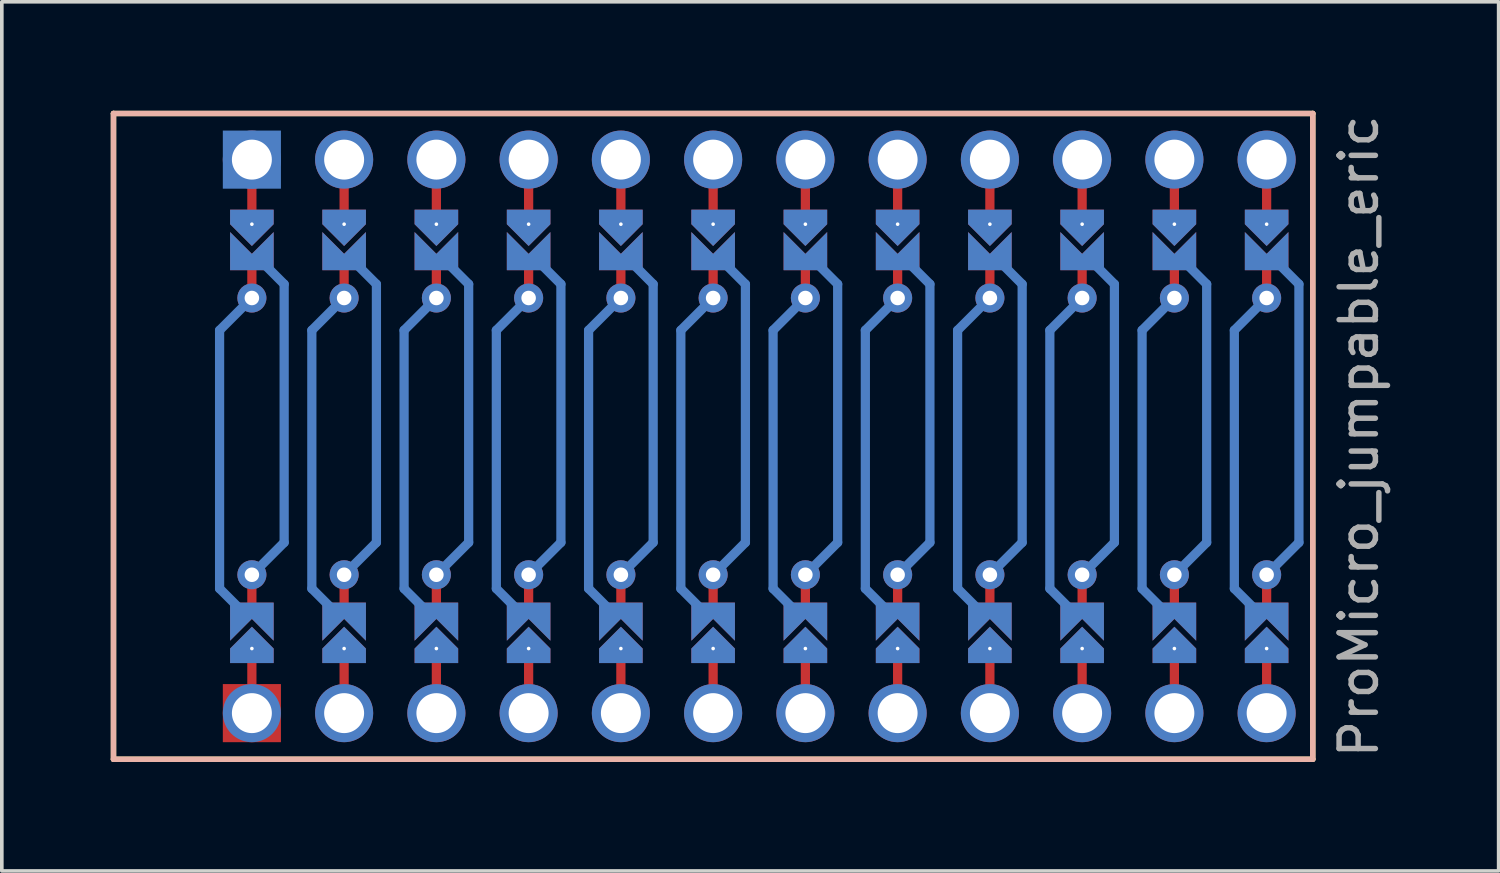
<source format=kicad_pcb>
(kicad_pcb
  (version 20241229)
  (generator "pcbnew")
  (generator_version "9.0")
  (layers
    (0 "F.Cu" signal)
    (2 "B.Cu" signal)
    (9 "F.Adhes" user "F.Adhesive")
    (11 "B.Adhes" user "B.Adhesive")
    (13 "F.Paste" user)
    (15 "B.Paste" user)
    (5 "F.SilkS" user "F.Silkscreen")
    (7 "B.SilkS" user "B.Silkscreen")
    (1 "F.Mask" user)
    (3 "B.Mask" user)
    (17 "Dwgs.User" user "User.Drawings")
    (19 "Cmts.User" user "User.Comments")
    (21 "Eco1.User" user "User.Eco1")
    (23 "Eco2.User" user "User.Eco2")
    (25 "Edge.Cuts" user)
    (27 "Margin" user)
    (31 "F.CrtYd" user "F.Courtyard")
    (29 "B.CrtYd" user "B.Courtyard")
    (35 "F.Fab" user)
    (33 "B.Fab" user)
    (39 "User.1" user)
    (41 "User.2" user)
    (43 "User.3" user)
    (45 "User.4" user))
  (footprint "ProMicro_jumpable_eric"
    (layer "F.Cu")
    (at 17.855 8.965)
    (property "Reference" "ProMicro_jumpable_eric" (at 16.51 0 90) (layer "F.Fab") (effects (font (size 1 1) (thickness 0.15))))
    (attr through_hole)
    (fp_line (start -13.97 -7.62) (end -13.97 -5.842) (stroke (width 0.254) (type default)) (layer "F.Cu"))
    (fp_line (start -13.97 -3.81) (end -13.97 -4.826) (stroke (width 0.254) (type default)) (layer "F.Cu"))
    (fp_line (start -13.97 3.81) (end -13.97 4.826) (stroke (width 0.254) (type default)) (layer "F.Cu"))
    (fp_line (start -13.97 7.62) (end -13.97 5.842) (stroke (width 0.254) (type default)) (layer "F.Cu"))
    (fp_line (start -11.43 -7.62) (end -11.43 -5.842) (stroke (width 0.254) (type default)) (layer "F.Cu"))
    (fp_line (start -11.43 -3.81) (end -11.43 -4.826) (stroke (width 0.254) (type default)) (layer "F.Cu"))
    (fp_line (start -11.43 3.81) (end -11.43 4.826) (stroke (width 0.254) (type default)) (layer "F.Cu"))
    (fp_line (start -11.43 7.62) (end -11.43 5.842) (stroke (width 0.254) (type default)) (layer "F.Cu"))
    (fp_line (start -8.89 -7.62) (end -8.89 -5.842) (stroke (width 0.254) (type default)) (layer "F.Cu"))
    (fp_line (start -8.89 -3.81) (end -8.89 -4.826) (stroke (width 0.254) (type default)) (layer "F.Cu"))
    (fp_line (start -8.89 3.81) (end -8.89 4.826) (stroke (width 0.254) (type default)) (layer "F.Cu"))
    (fp_line (start -8.89 7.62) (end -8.89 5.842) (stroke (width 0.254) (type default)) (layer "F.Cu"))
    (fp_line (start -6.35 -7.62) (end -6.35 -5.842) (stroke (width 0.254) (type default)) (layer "F.Cu"))
    (fp_line (start -6.35 -3.81) (end -6.35 -4.826) (stroke (width 0.254) (type default)) (layer "F.Cu"))
    (fp_line (start -6.35 3.81) (end -6.35 4.826) (stroke (width 0.254) (type default)) (layer "F.Cu"))
    (fp_line (start -6.35 7.62) (end -6.35 5.842) (stroke (width 0.254) (type default)) (layer "F.Cu"))
    (fp_line (start -3.81 -7.62) (end -3.81 -5.842) (stroke (width 0.254) (type default)) (layer "F.Cu"))
    (fp_line (start -3.81 -3.81) (end -3.81 -4.826) (stroke (width 0.254) (type default)) (layer "F.Cu"))
    (fp_line (start -3.81 3.81) (end -3.81 4.826) (stroke (width 0.254) (type default)) (layer "F.Cu"))
    (fp_line (start -3.81 7.62) (end -3.81 5.842) (stroke (width 0.254) (type default)) (layer "F.Cu"))
    (fp_line (start -1.27 -7.62) (end -1.27 -5.842) (stroke (width 0.254) (type default)) (layer "F.Cu"))
    (fp_line (start -1.27 -3.81) (end -1.27 -4.826) (stroke (width 0.254) (type default)) (layer "F.Cu"))
    (fp_line (start -1.27 3.81) (end -1.27 4.826) (stroke (width 0.254) (type default)) (layer "F.Cu"))
    (fp_line (start -1.27 7.62) (end -1.27 5.842) (stroke (width 0.254) (type default)) (layer "F.Cu"))
    (fp_line (start 1.27 -7.62) (end 1.27 -5.842) (stroke (width 0.254) (type default)) (layer "F.Cu"))
    (fp_line (start 1.27 -3.81) (end 1.27 -4.826) (stroke (width 0.254) (type default)) (layer "F.Cu"))
    (fp_line (start 1.27 3.81) (end 1.27 4.826) (stroke (width 0.254) (type default)) (layer "F.Cu"))
    (fp_line (start 1.27 7.62) (end 1.27 5.842) (stroke (width 0.254) (type default)) (layer "F.Cu"))
    (fp_line (start 3.81 -7.62) (end 3.81 -5.842) (stroke (width 0.254) (type default)) (layer "F.Cu"))
    (fp_line (start 3.81 -3.81) (end 3.81 -4.826) (stroke (width 0.254) (type default)) (layer "F.Cu"))
    (fp_line (start 3.81 3.81) (end 3.81 4.826) (stroke (width 0.254) (type default)) (layer "F.Cu"))
    (fp_line (start 3.81 7.62) (end 3.81 5.842) (stroke (width 0.254) (type default)) (layer "F.Cu"))
    (fp_line (start 6.35 -7.62) (end 6.35 -5.842) (stroke (width 0.254) (type default)) (layer "F.Cu"))
    (fp_line (start 6.35 -3.81) (end 6.35 -4.826) (stroke (width 0.254) (type default)) (layer "F.Cu"))
    (fp_line (start 6.35 3.81) (end 6.35 4.826) (stroke (width 0.254) (type default)) (layer "F.Cu"))
    (fp_line (start 6.35 7.62) (end 6.35 5.842) (stroke (width 0.254) (type default)) (layer "F.Cu"))
    (fp_line (start 8.89 -7.62) (end 8.89 -5.842) (stroke (width 0.254) (type default)) (layer "F.Cu"))
    (fp_line (start 8.89 -3.81) (end 8.89 -4.826) (stroke (width 0.254) (type default)) (layer "F.Cu"))
    (fp_line (start 8.89 3.81) (end 8.89 4.826) (stroke (width 0.254) (type default)) (layer "F.Cu"))
    (fp_line (start 8.89 7.62) (end 8.89 5.842) (stroke (width 0.254) (type default)) (layer "F.Cu"))
    (fp_line (start 11.43 -7.62) (end 11.43 -5.842) (stroke (width 0.254) (type default)) (layer "F.Cu"))
    (fp_line (start 11.43 -3.81) (end 11.43 -4.826) (stroke (width 0.254) (type default)) (layer "F.Cu"))
    (fp_line (start 11.43 3.81) (end 11.43 4.826) (stroke (width 0.254) (type default)) (layer "F.Cu"))
    (fp_line (start 11.43 7.62) (end 11.43 5.842) (stroke (width 0.254) (type default)) (layer "F.Cu"))
    (fp_line (start 13.97 -7.62) (end 13.97 -5.842) (stroke (width 0.254) (type default)) (layer "F.Cu"))
    (fp_line (start 13.97 -3.81) (end 13.97 -4.826) (stroke (width 0.254) (type default)) (layer "F.Cu"))
    (fp_line (start 13.97 3.81) (end 13.97 4.826) (stroke (width 0.254) (type default)) (layer "F.Cu"))
    (fp_line (start 13.97 7.62) (end 13.97 5.842) (stroke (width 0.254) (type default)) (layer "F.Cu"))
    (fp_poly (pts (xy -14.478 5.08) (xy -13.462 5.08) (xy -13.462 6.096) (xy -14.478 6.096)) (stroke (width 0.2) (type solid)) (fill yes) (layer "F.Mask"))
    (fp_poly (pts (xy -13.462 -5.08) (xy -14.478 -5.08) (xy -14.478 -6.096) (xy -13.462 -6.096)) (stroke (width 0.2) (type solid)) (fill yes) (layer "F.Mask"))
    (fp_poly (pts (xy -11.938 5.08) (xy -10.922 5.08) (xy -10.922 6.096) (xy -11.938 6.096)) (stroke (width 0.2) (type solid)) (fill yes) (layer "F.Mask"))
    (fp_poly (pts (xy -10.922 -5.08) (xy -11.938 -5.08) (xy -11.938 -6.096) (xy -10.922 -6.096)) (stroke (width 0.2) (type solid)) (fill yes) (layer "F.Mask"))
    (fp_poly (pts (xy -9.398 5.08) (xy -8.382 5.08) (xy -8.382 6.096) (xy -9.398 6.096)) (stroke (width 0.2) (type solid)) (fill yes) (layer "F.Mask"))
    (fp_poly (pts (xy -8.382 -5.08) (xy -9.398 -5.08) (xy -9.398 -6.096) (xy -8.382 -6.096)) (stroke (width 0.2) (type solid)) (fill yes) (layer "F.Mask"))
    (fp_poly (pts (xy -6.858 5.08) (xy -5.842 5.08) (xy -5.842 6.096) (xy -6.858 6.096)) (stroke (width 0.2) (type solid)) (fill yes) (layer "F.Mask"))
    (fp_poly (pts (xy -5.842 -5.08) (xy -6.858 -5.08) (xy -6.858 -6.096) (xy -5.842 -6.096)) (stroke (width 0.2) (type solid)) (fill yes) (layer "F.Mask"))
    (fp_poly (pts (xy -4.318 5.08) (xy -3.302 5.08) (xy -3.302 6.096) (xy -4.318 6.096)) (stroke (width 0.2) (type solid)) (fill yes) (layer "F.Mask"))
    (fp_poly (pts (xy -3.302 -5.08) (xy -4.318 -5.08) (xy -4.318 -6.096) (xy -3.302 -6.096)) (stroke (width 0.2) (type solid)) (fill yes) (layer "F.Mask"))
    (fp_poly (pts (xy -1.778 5.08) (xy -0.762 5.08) (xy -0.762 6.096) (xy -1.778 6.096)) (stroke (width 0.2) (type solid)) (fill yes) (layer "F.Mask"))
    (fp_poly (pts (xy -0.762 -5.08) (xy -1.778 -5.08) (xy -1.778 -6.096) (xy -0.762 -6.096)) (stroke (width 0.2) (type solid)) (fill yes) (layer "F.Mask"))
    (fp_poly (pts (xy 0.762 5.08) (xy 1.778 5.08) (xy 1.778 6.096) (xy 0.762 6.096)) (stroke (width 0.2) (type solid)) (fill yes) (layer "F.Mask"))
    (fp_poly (pts (xy 1.778 -5.08) (xy 0.762 -5.08) (xy 0.762 -6.096) (xy 1.778 -6.096)) (stroke (width 0.2) (type solid)) (fill yes) (layer "F.Mask"))
    (fp_poly (pts (xy 3.302 5.08) (xy 4.318 5.08) (xy 4.318 6.096) (xy 3.302 6.096)) (stroke (width 0.2) (type solid)) (fill yes) (layer "F.Mask"))
    (fp_poly (pts (xy 4.318 -5.08) (xy 3.302 -5.08) (xy 3.302 -6.096) (xy 4.318 -6.096)) (stroke (width 0.2) (type solid)) (fill yes) (layer "F.Mask"))
    (fp_poly (pts (xy 5.842 5.08) (xy 6.858 5.08) (xy 6.858 6.096) (xy 5.842 6.096)) (stroke (width 0.2) (type solid)) (fill yes) (layer "F.Mask"))
    (fp_poly (pts (xy 6.858 -5.08) (xy 5.842 -5.08) (xy 5.842 -6.096) (xy 6.858 -6.096)) (stroke (width 0.2) (type solid)) (fill yes) (layer "F.Mask"))
    (fp_poly (pts (xy 8.382 5.08) (xy 9.398 5.08) (xy 9.398 6.096) (xy 8.382 6.096)) (stroke (width 0.2) (type solid)) (fill yes) (layer "F.Mask"))
    (fp_poly (pts (xy 9.398 -5.08) (xy 8.382 -5.08) (xy 8.382 -6.096) (xy 9.398 -6.096)) (stroke (width 0.2) (type solid)) (fill yes) (layer "F.Mask"))
    (fp_poly (pts (xy 10.922 5.08) (xy 11.938 5.08) (xy 11.938 6.096) (xy 10.922 6.096)) (stroke (width 0.2) (type solid)) (fill yes) (layer "F.Mask"))
    (fp_poly (pts (xy 11.938 -5.08) (xy 10.922 -5.08) (xy 10.922 -6.096) (xy 11.938 -6.096)) (stroke (width 0.2) (type solid)) (fill yes) (layer "F.Mask"))
    (fp_poly (pts (xy 13.462 5.08) (xy 14.478 5.08) (xy 14.478 6.096) (xy 13.462 6.096)) (stroke (width 0.2) (type solid)) (fill yes) (layer "F.Mask"))
    (fp_poly (pts (xy 14.478 -5.08) (xy 13.462 -5.08) (xy 13.462 -6.096) (xy 14.478 -6.096)) (stroke (width 0.2) (type solid)) (fill yes) (layer "F.Mask"))
    (fp_line (start -14.859 -2.921) (end -14.859 4.191) (stroke (width 0.254) (type default)) (layer "B.Cu"))
    (fp_line (start -14.859 -2.921) (end -13.97 -3.81) (stroke (width 0.254) (type default)) (layer "B.Cu"))
    (fp_line (start -14.859 4.191) (end -14.17 4.88) (stroke (width 0.254) (type default)) (layer "B.Cu"))
    (fp_line (start -13.081 -4.191) (end -13.77 -4.88) (stroke (width 0.254) (type default)) (layer "B.Cu"))
    (fp_line (start -13.081 2.921) (end -13.97 3.81) (stroke (width 0.254) (type default)) (layer "B.Cu"))
    (fp_line (start -13.081 2.921) (end -13.081 -4.191) (stroke (width 0.254) (type default)) (layer "B.Cu"))
    (fp_line (start -12.319 -2.921) (end -12.319 4.191) (stroke (width 0.254) (type default)) (layer "B.Cu"))
    (fp_line (start -12.319 -2.921) (end -11.43 -3.81) (stroke (width 0.254) (type default)) (layer "B.Cu"))
    (fp_line (start -12.319 4.191) (end -11.63 4.88) (stroke (width 0.254) (type default)) (layer "B.Cu"))
    (fp_line (start -10.541 -4.191) (end -11.23 -4.88) (stroke (width 0.254) (type default)) (layer "B.Cu"))
    (fp_line (start -10.541 2.921) (end -11.43 3.81) (stroke (width 0.254) (type default)) (layer "B.Cu"))
    (fp_line (start -10.541 2.921) (end -10.541 -4.191) (stroke (width 0.254) (type default)) (layer "B.Cu"))
    (fp_line (start -9.779 -2.921) (end -9.779 4.191) (stroke (width 0.254) (type default)) (layer "B.Cu"))
    (fp_line (start -9.779 -2.921) (end -8.89 -3.81) (stroke (width 0.254) (type default)) (layer "B.Cu"))
    (fp_line (start -9.779 4.191) (end -9.09 4.88) (stroke (width 0.254) (type default)) (layer "B.Cu"))
    (fp_line (start -8.001 -4.191) (end -8.69 -4.88) (stroke (width 0.254) (type default)) (layer "B.Cu"))
    (fp_line (start -8.001 2.921) (end -8.89 3.81) (stroke (width 0.254) (type default)) (layer "B.Cu"))
    (fp_line (start -8.001 2.921) (end -8.001 -4.191) (stroke (width 0.254) (type default)) (layer "B.Cu"))
    (fp_line (start -7.239 -2.921) (end -7.239 4.191) (stroke (width 0.254) (type default)) (layer "B.Cu"))
    (fp_line (start -7.239 -2.921) (end -6.35 -3.81) (stroke (width 0.254) (type default)) (layer "B.Cu"))
    (fp_line (start -7.239 4.191) (end -6.55 4.88) (stroke (width 0.254) (type default)) (layer "B.Cu"))
    (fp_line (start -5.461 -4.191) (end -6.15 -4.88) (stroke (width 0.254) (type default)) (layer "B.Cu"))
    (fp_line (start -5.461 2.921) (end -6.35 3.81) (stroke (width 0.254) (type default)) (layer "B.Cu"))
    (fp_line (start -5.461 2.921) (end -5.461 -4.191) (stroke (width 0.254) (type default)) (layer "B.Cu"))
    (fp_line (start -4.699 -2.921) (end -4.699 4.191) (stroke (width 0.254) (type default)) (layer "B.Cu"))
    (fp_line (start -4.699 -2.921) (end -3.81 -3.81) (stroke (width 0.254) (type default)) (layer "B.Cu"))
    (fp_line (start -4.699 4.191) (end -4.01 4.88) (stroke (width 0.254) (type default)) (layer "B.Cu"))
    (fp_line (start -2.921 -4.191) (end -3.61 -4.88) (stroke (width 0.254) (type default)) (layer "B.Cu"))
    (fp_line (start -2.921 2.921) (end -3.81 3.81) (stroke (width 0.254) (type default)) (layer "B.Cu"))
    (fp_line (start -2.921 2.921) (end -2.921 -4.191) (stroke (width 0.254) (type default)) (layer "B.Cu"))
    (fp_line (start -2.159 -2.921) (end -2.159 4.191) (stroke (width 0.254) (type default)) (layer "B.Cu"))
    (fp_line (start -2.159 -2.921) (end -1.27 -3.81) (stroke (width 0.254) (type default)) (layer "B.Cu"))
    (fp_line (start -2.159 4.191) (end -1.47 4.88) (stroke (width 0.254) (type default)) (layer "B.Cu"))
    (fp_line (start -0.381 -4.191) (end -1.07 -4.88) (stroke (width 0.254) (type default)) (layer "B.Cu"))
    (fp_line (start -0.381 2.921) (end -1.27 3.81) (stroke (width 0.254) (type default)) (layer "B.Cu"))
    (fp_line (start -0.381 2.921) (end -0.381 -4.191) (stroke (width 0.254) (type default)) (layer "B.Cu"))
    (fp_line (start 0.381 -2.921) (end 0.381 4.191) (stroke (width 0.254) (type default)) (layer "B.Cu"))
    (fp_line (start 0.381 -2.921) (end 1.27 -3.81) (stroke (width 0.254) (type default)) (layer "B.Cu"))
    (fp_line (start 0.381 4.191) (end 1.07 4.88) (stroke (width 0.254) (type default)) (layer "B.Cu"))
    (fp_line (start 2.159 -4.191) (end 1.47 -4.88) (stroke (width 0.254) (type default)) (layer "B.Cu"))
    (fp_line (start 2.159 2.921) (end 1.27 3.81) (stroke (width 0.254) (type default)) (layer "B.Cu"))
    (fp_line (start 2.159 2.921) (end 2.159 -4.191) (stroke (width 0.254) (type default)) (layer "B.Cu"))
    (fp_line (start 2.921 -2.921) (end 2.921 4.191) (stroke (width 0.254) (type default)) (layer "B.Cu"))
    (fp_line (start 2.921 -2.921) (end 3.81 -3.81) (stroke (width 0.254) (type default)) (layer "B.Cu"))
    (fp_line (start 2.921 4.191) (end 3.61 4.88) (stroke (width 0.254) (type default)) (layer "B.Cu"))
    (fp_line (start 4.699 -4.191) (end 4.01 -4.88) (stroke (width 0.254) (type default)) (layer "B.Cu"))
    (fp_line (start 4.699 2.921) (end 3.81 3.81) (stroke (width 0.254) (type default)) (layer "B.Cu"))
    (fp_line (start 4.699 2.921) (end 4.699 -4.191) (stroke (width 0.254) (type default)) (layer "B.Cu"))
    (fp_line (start 5.461 -2.921) (end 5.461 4.191) (stroke (width 0.254) (type default)) (layer "B.Cu"))
    (fp_line (start 5.461 -2.921) (end 6.35 -3.81) (stroke (width 0.254) (type default)) (layer "B.Cu"))
    (fp_line (start 5.461 4.191) (end 6.15 4.88) (stroke (width 0.254) (type default)) (layer "B.Cu"))
    (fp_line (start 7.239 -4.191) (end 6.55 -4.88) (stroke (width 0.254) (type default)) (layer "B.Cu"))
    (fp_line (start 7.239 2.921) (end 6.35 3.81) (stroke (width 0.254) (type default)) (layer "B.Cu"))
    (fp_line (start 7.239 2.921) (end 7.239 -4.191) (stroke (width 0.254) (type default)) (layer "B.Cu"))
    (fp_line (start 8.001 -2.921) (end 8.001 4.191) (stroke (width 0.254) (type default)) (layer "B.Cu"))
    (fp_line (start 8.001 -2.921) (end 8.89 -3.81) (stroke (width 0.254) (type default)) (layer "B.Cu"))
    (fp_line (start 8.001 4.191) (end 8.69 4.88) (stroke (width 0.254) (type default)) (layer "B.Cu"))
    (fp_line (start 9.779 -4.191) (end 9.09 -4.88) (stroke (width 0.254) (type default)) (layer "B.Cu"))
    (fp_line (start 9.779 2.921) (end 8.89 3.81) (stroke (width 0.254) (type default)) (layer "B.Cu"))
    (fp_line (start 9.779 2.921) (end 9.779 -4.191) (stroke (width 0.254) (type default)) (layer "B.Cu"))
    (fp_line (start 10.541 -2.921) (end 10.541 4.191) (stroke (width 0.254) (type default)) (layer "B.Cu"))
    (fp_line (start 10.541 -2.921) (end 11.43 -3.81) (stroke (width 0.254) (type default)) (layer "B.Cu"))
    (fp_line (start 10.541 4.191) (end 11.23 4.88) (stroke (width 0.254) (type default)) (layer "B.Cu"))
    (fp_line (start 12.319 -4.191) (end 11.63 -4.88) (stroke (width 0.254) (type default)) (layer "B.Cu"))
    (fp_line (start 12.319 2.921) (end 11.43 3.81) (stroke (width 0.254) (type default)) (layer "B.Cu"))
    (fp_line (start 12.319 2.921) (end 12.319 -4.191) (stroke (width 0.254) (type default)) (layer "B.Cu"))
    (fp_line (start 13.081 -2.921) (end 13.081 4.191) (stroke (width 0.254) (type default)) (layer "B.Cu"))
    (fp_line (start 13.081 -2.921) (end 13.97 -3.81) (stroke (width 0.254) (type default)) (layer "B.Cu"))
    (fp_line (start 13.081 4.191) (end 13.77 4.88) (stroke (width 0.254) (type default)) (layer "B.Cu"))
    (fp_line (start 14.859 -4.191) (end 14.17 -4.88) (stroke (width 0.254) (type default)) (layer "B.Cu"))
    (fp_line (start 14.859 2.921) (end 13.97 3.81) (stroke (width 0.254) (type default)) (layer "B.Cu"))
    (fp_line (start 14.859 2.921) (end 14.859 -4.191) (stroke (width 0.254) (type default)) (layer "B.Cu"))
    (fp_poly (pts (xy -14.478 5.08) (xy -13.462 5.08) (xy -13.462 6.096) (xy -14.478 6.096)) (stroke (width 0.2) (type solid)) (fill yes) (layer "B.Mask"))
    (fp_poly (pts (xy -13.462 -5.08) (xy -14.478 -5.08) (xy -14.478 -6.096) (xy -13.462 -6.096)) (stroke (width 0.2) (type solid)) (fill yes) (layer "B.Mask"))
    (fp_poly (pts (xy -11.938 5.08) (xy -10.922 5.08) (xy -10.922 6.096) (xy -11.938 6.096)) (stroke (width 0.2) (type solid)) (fill yes) (layer "B.Mask"))
    (fp_poly (pts (xy -10.922 -5.08) (xy -11.938 -5.08) (xy -11.938 -6.096) (xy -10.922 -6.096)) (stroke (width 0.2) (type solid)) (fill yes) (layer "B.Mask"))
    (fp_poly (pts (xy -9.398 5.08) (xy -8.382 5.08) (xy -8.382 6.096) (xy -9.398 6.096)) (stroke (width 0.2) (type solid)) (fill yes) (layer "B.Mask"))
    (fp_poly (pts (xy -8.382 -5.08) (xy -9.398 -5.08) (xy -9.398 -6.096) (xy -8.382 -6.096)) (stroke (width 0.2) (type solid)) (fill yes) (layer "B.Mask"))
    (fp_poly (pts (xy -6.858 5.08) (xy -5.842 5.08) (xy -5.842 6.096) (xy -6.858 6.096)) (stroke (width 0.2) (type solid)) (fill yes) (layer "B.Mask"))
    (fp_poly (pts (xy -5.842 -5.08) (xy -6.858 -5.08) (xy -6.858 -6.096) (xy -5.842 -6.096)) (stroke (width 0.2) (type solid)) (fill yes) (layer "B.Mask"))
    (fp_poly (pts (xy -4.318 5.08) (xy -3.302 5.08) (xy -3.302 6.096) (xy -4.318 6.096)) (stroke (width 0.2) (type solid)) (fill yes) (layer "B.Mask"))
    (fp_poly (pts (xy -3.302 -5.08) (xy -4.318 -5.08) (xy -4.318 -6.096) (xy -3.302 -6.096)) (stroke (width 0.2) (type solid)) (fill yes) (layer "B.Mask"))
    (fp_poly (pts (xy -1.778 5.08) (xy -0.762 5.08) (xy -0.762 6.096) (xy -1.778 6.096)) (stroke (width 0.2) (type solid)) (fill yes) (layer "B.Mask"))
    (fp_poly (pts (xy -0.762 -5.08) (xy -1.778 -5.08) (xy -1.778 -6.096) (xy -0.762 -6.096)) (stroke (width 0.2) (type solid)) (fill yes) (layer "B.Mask"))
    (fp_poly (pts (xy 0.762 5.08) (xy 1.778 5.08) (xy 1.778 6.096) (xy 0.762 6.096)) (stroke (width 0.2) (type solid)) (fill yes) (layer "B.Mask"))
    (fp_poly (pts (xy 1.778 -5.08) (xy 0.762 -5.08) (xy 0.762 -6.096) (xy 1.778 -6.096)) (stroke (width 0.2) (type solid)) (fill yes) (layer "B.Mask"))
    (fp_poly (pts (xy 3.302 5.08) (xy 4.318 5.08) (xy 4.318 6.096) (xy 3.302 6.096)) (stroke (width 0.2) (type solid)) (fill yes) (layer "B.Mask"))
    (fp_poly (pts (xy 4.318 -5.08) (xy 3.302 -5.08) (xy 3.302 -6.096) (xy 4.318 -6.096)) (stroke (width 0.2) (type solid)) (fill yes) (layer "B.Mask"))
    (fp_poly (pts (xy 5.842 5.08) (xy 6.858 5.08) (xy 6.858 6.096) (xy 5.842 6.096)) (stroke (width 0.2) (type solid)) (fill yes) (layer "B.Mask"))
    (fp_poly (pts (xy 6.858 -5.08) (xy 5.842 -5.08) (xy 5.842 -6.096) (xy 6.858 -6.096)) (stroke (width 0.2) (type solid)) (fill yes) (layer "B.Mask"))
    (fp_poly (pts (xy 8.382 5.08) (xy 9.398 5.08) (xy 9.398 6.096) (xy 8.382 6.096)) (stroke (width 0.2) (type solid)) (fill yes) (layer "B.Mask"))
    (fp_poly (pts (xy 9.398 -5.08) (xy 8.382 -5.08) (xy 8.382 -6.096) (xy 9.398 -6.096)) (stroke (width 0.2) (type solid)) (fill yes) (layer "B.Mask"))
    (fp_poly (pts (xy 10.922 5.08) (xy 11.938 5.08) (xy 11.938 6.096) (xy 10.922 6.096)) (stroke (width 0.2) (type solid)) (fill yes) (layer "B.Mask"))
    (fp_poly (pts (xy 11.938 -5.08) (xy 10.922 -5.08) (xy 10.922 -6.096) (xy 11.938 -6.096)) (stroke (width 0.2) (type solid)) (fill yes) (layer "B.Mask"))
    (fp_poly (pts (xy 13.462 5.08) (xy 14.478 5.08) (xy 14.478 6.096) (xy 13.462 6.096)) (stroke (width 0.2) (type solid)) (fill yes) (layer "B.Mask"))
    (fp_poly (pts (xy 14.478 -5.08) (xy 13.462 -5.08) (xy 13.462 -6.096) (xy 14.478 -6.096)) (stroke (width 0.2) (type solid)) (fill yes) (layer "B.Mask"))
    (fp_line (start -17.78 -8.89) (end 15.24 -8.89) (stroke (width 0.15) (type solid)) (layer "F.SilkS"))
    (fp_line (start -17.78 8.89) (end -17.78 -8.89) (stroke (width 0.15) (type solid)) (layer "F.SilkS"))
    (fp_line (start -17.78 8.89) (end 15.24 8.89) (stroke (width 0.15) (type solid)) (layer "F.SilkS"))
    (fp_line (start 15.24 8.89) (end 15.24 -8.89) (stroke (width 0.15) (type solid)) (layer "F.SilkS"))
    (fp_line (start -17.78 -8.89) (end -17.78 8.89) (stroke (width 0.15) (type solid)) (layer "B.SilkS"))
    (fp_line (start -17.78 -8.89) (end 15.24 -8.89) (stroke (width 0.15) (type solid)) (layer "B.SilkS"))
    (fp_line (start -17.78 8.89) (end 15.24 8.89) (stroke (width 0.15) (type solid)) (layer "B.SilkS"))
    (fp_line (start 15.24 -8.89) (end 15.24 8.89) (stroke (width 0.15) (type solid)) (layer "B.SilkS"))
    (pad "" thru_hole circle (at -13.97 -7.62) (size 1.6 1.6) (drill 1.1) (layers "*.Cu" "*.Paste" "*.Mask"))
    (pad "" smd rect (at -13.97 -7.62) (size 1.6 1.6) (layers "B.Cu" "B.Mask" "B.Paste"))
    (pad "" thru_hole custom (at -13.97 -5.842) (size 0.1 0.1) (drill 0.4) (layers "*.Cu" "*.Mask") (options (anchor rect)) (primitives (gr_poly (pts (xy 0.6 -0.4) (xy -0.6 -0.4) (xy -0.6 0) (xy 0 0.6) (xy 0.6 0)) (width 0) (fill yes))))
    (pad "" smd custom (at -13.97 -4.826) (size 0.1 0.1) (layers "F.Cu" "F.Mask") (options (anchor rect)) (primitives (gr_poly (pts (xy 0.6 0.25) (xy -0.6 0.25) (xy -0.6 -0.8) (xy 0 -0.2) (xy 0.6 -0.8)) (width 0) (fill yes))))
    (pad "" smd custom (at -13.97 -4.826) (size 0.1 0.1) (layers "B.Cu" "B.Mask") (options (anchor rect)) (primitives (gr_poly (pts (xy 0.6 0.25) (xy -0.6 0.25) (xy -0.6 -0.8) (xy 0 -0.2) (xy 0.6 -0.8)) (width 0) (fill yes))))
    (pad "" smd custom (at -13.97 4.826 180) (size 0.1 0.1) (layers "F.Cu" "F.Mask") (options (anchor rect)) (primitives (gr_poly (pts (xy 0.6 0.25) (xy -0.6 0.25) (xy -0.6 -0.8) (xy 0 -0.2) (xy 0.6 -0.8)) (width 0) (fill yes))))
    (pad "" smd custom (at -13.97 4.826 180) (size 0.1 0.1) (layers "B.Cu" "B.Mask") (options (anchor rect)) (primitives (gr_poly (pts (xy 0.6 0.25) (xy -0.6 0.25) (xy -0.6 -0.8) (xy 0 -0.2) (xy 0.6 -0.8)) (width 0) (fill yes))))
    (pad "" thru_hole custom (at -13.97 5.842 180) (size 0.1 0.1) (drill 0.4) (layers "*.Cu" "*.Mask") (options (anchor rect)) (primitives (gr_poly (pts (xy 0.6 -0.4) (xy -0.6 -0.4) (xy -0.6 0) (xy 0 0.6) (xy 0.6 0)) (width 0) (fill yes))))
    (pad "" thru_hole circle (at -13.97 7.62) (size 1.6 1.6) (drill 1.1) (layers "*.Cu" "*.Paste" "*.Mask"))
    (pad "" smd rect (at -13.97 7.62 270) (size 1.6 1.6) (layers "F.Cu" "F.Mask" "F.Paste"))
    (pad "" thru_hole circle (at -11.43 -7.62) (size 1.6 1.6) (drill 1.1) (layers "*.Cu" "*.Paste" "*.Mask"))
    (pad "" thru_hole custom (at -11.43 -5.842) (size 0.1 0.1) (drill 0.4) (layers "*.Cu" "*.Mask") (options (anchor rect)) (primitives (gr_poly (pts (xy 0.6 -0.4) (xy -0.6 -0.4) (xy -0.6 0) (xy 0 0.6) (xy 0.6 0)) (width 0) (fill yes))))
    (pad "" smd custom (at -11.43 -4.826) (size 0.1 0.1) (layers "F.Cu" "F.Mask") (options (anchor rect)) (primitives (gr_poly (pts (xy 0.6 0.25) (xy -0.6 0.25) (xy -0.6 -0.8) (xy 0 -0.2) (xy 0.6 -0.8)) (width 0) (fill yes))))
    (pad "" smd custom (at -11.43 -4.826) (size 0.1 0.1) (layers "B.Cu" "B.Mask") (options (anchor rect)) (primitives (gr_poly (pts (xy 0.6 0.25) (xy -0.6 0.25) (xy -0.6 -0.8) (xy 0 -0.2) (xy 0.6 -0.8)) (width 0) (fill yes))))
    (pad "" smd custom (at -11.43 4.826 180) (size 0.1 0.1) (layers "F.Cu" "F.Mask") (options (anchor rect)) (primitives (gr_poly (pts (xy 0.6 0.25) (xy -0.6 0.25) (xy -0.6 -0.8) (xy 0 -0.2) (xy 0.6 -0.8)) (width 0) (fill yes))))
    (pad "" smd custom (at -11.43 4.826 180) (size 0.1 0.1) (layers "B.Cu" "B.Mask") (options (anchor rect)) (primitives (gr_poly (pts (xy 0.6 0.25) (xy -0.6 0.25) (xy -0.6 -0.8) (xy 0 -0.2) (xy 0.6 -0.8)) (width 0) (fill yes))))
    (pad "" thru_hole custom (at -11.43 5.842 180) (size 0.1 0.1) (drill 0.4) (layers "*.Cu" "*.Mask") (options (anchor rect)) (primitives (gr_poly (pts (xy 0.6 -0.4) (xy -0.6 -0.4) (xy -0.6 0) (xy 0 0.6) (xy 0.6 0)) (width 0) (fill yes))))
    (pad "" thru_hole circle (at -11.43 7.62) (size 1.6 1.6) (drill 1.1) (layers "*.Cu" "*.Paste" "*.Mask"))
    (pad "" thru_hole circle (at -8.89 -7.62) (size 1.6 1.6) (drill 1.1) (layers "*.Cu" "*.Paste" "*.Mask"))
    (pad "" thru_hole custom (at -8.89 -5.842) (size 0.1 0.1) (drill 0.4) (layers "*.Cu" "*.Mask") (options (anchor rect)) (primitives (gr_poly (pts (xy 0.6 -0.4) (xy -0.6 -0.4) (xy -0.6 0) (xy 0 0.6) (xy 0.6 0)) (width 0) (fill yes))))
    (pad "" smd custom (at -8.89 -4.826) (size 0.1 0.1) (layers "F.Cu" "F.Mask") (options (anchor rect)) (primitives (gr_poly (pts (xy 0.6 0.25) (xy -0.6 0.25) (xy -0.6 -0.8) (xy 0 -0.2) (xy 0.6 -0.8)) (width 0) (fill yes))))
    (pad "" smd custom (at -8.89 -4.826) (size 0.1 0.1) (layers "B.Cu" "B.Mask") (options (anchor rect)) (primitives (gr_poly (pts (xy 0.6 0.25) (xy -0.6 0.25) (xy -0.6 -0.8) (xy 0 -0.2) (xy 0.6 -0.8)) (width 0) (fill yes))))
    (pad "" smd custom (at -8.89 4.826 180) (size 0.1 0.1) (layers "F.Cu" "F.Mask") (options (anchor rect)) (primitives (gr_poly (pts (xy 0.6 0.25) (xy -0.6 0.25) (xy -0.6 -0.8) (xy 0 -0.2) (xy 0.6 -0.8)) (width 0) (fill yes))))
    (pad "" smd custom (at -8.89 4.826 180) (size 0.1 0.1) (layers "B.Cu" "B.Mask") (options (anchor rect)) (primitives (gr_poly (pts (xy 0.6 0.25) (xy -0.6 0.25) (xy -0.6 -0.8) (xy 0 -0.2) (xy 0.6 -0.8)) (width 0) (fill yes))))
    (pad "" thru_hole custom (at -8.89 5.842 180) (size 0.1 0.1) (drill 0.4) (layers "*.Cu" "*.Mask") (options (anchor rect)) (primitives (gr_poly (pts (xy 0.6 -0.4) (xy -0.6 -0.4) (xy -0.6 0) (xy 0 0.6) (xy 0.6 0)) (width 0) (fill yes))))
    (pad "" thru_hole circle (at -8.89 7.62) (size 1.6 1.6) (drill 1.1) (layers "*.Cu" "*.Paste" "*.Mask"))
    (pad "" thru_hole circle (at -6.35 -7.62) (size 1.6 1.6) (drill 1.1) (layers "*.Cu" "*.Paste" "*.Mask"))
    (pad "" thru_hole custom (at -6.35 -5.842) (size 0.1 0.1) (drill 0.4) (layers "*.Cu" "*.Mask") (options (anchor rect)) (primitives (gr_poly (pts (xy 0.6 -0.4) (xy -0.6 -0.4) (xy -0.6 0) (xy 0 0.6) (xy 0.6 0)) (width 0) (fill yes))))
    (pad "" smd custom (at -6.35 -4.826) (size 0.1 0.1) (layers "F.Cu" "F.Mask") (options (anchor rect)) (primitives (gr_poly (pts (xy 0.6 0.25) (xy -0.6 0.25) (xy -0.6 -0.8) (xy 0 -0.2) (xy 0.6 -0.8)) (width 0) (fill yes))))
    (pad "" smd custom (at -6.35 -4.826) (size 0.1 0.1) (layers "B.Cu" "B.Mask") (options (anchor rect)) (primitives (gr_poly (pts (xy 0.6 0.25) (xy -0.6 0.25) (xy -0.6 -0.8) (xy 0 -0.2) (xy 0.6 -0.8)) (width 0) (fill yes))))
    (pad "" smd custom (at -6.35 4.826 180) (size 0.1 0.1) (layers "F.Cu" "F.Mask") (options (anchor rect)) (primitives (gr_poly (pts (xy 0.6 0.25) (xy -0.6 0.25) (xy -0.6 -0.8) (xy 0 -0.2) (xy 0.6 -0.8)) (width 0) (fill yes))))
    (pad "" smd custom (at -6.35 4.826 180) (size 0.1 0.1) (layers "B.Cu" "B.Mask") (options (anchor rect)) (primitives (gr_poly (pts (xy 0.6 0.25) (xy -0.6 0.25) (xy -0.6 -0.8) (xy 0 -0.2) (xy 0.6 -0.8)) (width 0) (fill yes))))
    (pad "" thru_hole custom (at -6.35 5.842 180) (size 0.1 0.1) (drill 0.4) (layers "*.Cu" "*.Mask") (options (anchor rect)) (primitives (gr_poly (pts (xy 0.6 -0.4) (xy -0.6 -0.4) (xy -0.6 0) (xy 0 0.6) (xy 0.6 0)) (width 0) (fill yes))))
    (pad "" thru_hole circle (at -6.35 7.62) (size 1.6 1.6) (drill 1.1) (layers "*.Cu" "*.Paste" "*.Mask"))
    (pad "" thru_hole circle (at -3.81 -7.62) (size 1.6 1.6) (drill 1.1) (layers "*.Cu" "*.Paste" "*.Mask"))
    (pad "" thru_hole custom (at -3.81 -5.842) (size 0.1 0.1) (drill 0.4) (layers "*.Cu" "*.Mask") (options (anchor rect)) (primitives (gr_poly (pts (xy 0.6 -0.4) (xy -0.6 -0.4) (xy -0.6 0) (xy 0 0.6) (xy 0.6 0)) (width 0) (fill yes))))
    (pad "" smd custom (at -3.81 -4.826) (size 0.1 0.1) (layers "F.Cu" "F.Mask") (options (anchor rect)) (primitives (gr_poly (pts (xy 0.6 0.25) (xy -0.6 0.25) (xy -0.6 -0.8) (xy 0 -0.2) (xy 0.6 -0.8)) (width 0) (fill yes))))
    (pad "" smd custom (at -3.81 -4.826) (size 0.1 0.1) (layers "B.Cu" "B.Mask") (options (anchor rect)) (primitives (gr_poly (pts (xy 0.6 0.25) (xy -0.6 0.25) (xy -0.6 -0.8) (xy 0 -0.2) (xy 0.6 -0.8)) (width 0) (fill yes))))
    (pad "" smd custom (at -3.81 4.826 180) (size 0.1 0.1) (layers "F.Cu" "F.Mask") (options (anchor rect)) (primitives (gr_poly (pts (xy 0.6 0.25) (xy -0.6 0.25) (xy -0.6 -0.8) (xy 0 -0.2) (xy 0.6 -0.8)) (width 0) (fill yes))))
    (pad "" smd custom (at -3.81 4.826 180) (size 0.1 0.1) (layers "B.Cu" "B.Mask") (options (anchor rect)) (primitives (gr_poly (pts (xy 0.6 0.25) (xy -0.6 0.25) (xy -0.6 -0.8) (xy 0 -0.2) (xy 0.6 -0.8)) (width 0) (fill yes))))
    (pad "" thru_hole custom (at -3.81 5.842 180) (size 0.1 0.1) (drill 0.4) (layers "*.Cu" "*.Mask") (options (anchor rect)) (primitives (gr_poly (pts (xy 0.6 -0.4) (xy -0.6 -0.4) (xy -0.6 0) (xy 0 0.6) (xy 0.6 0)) (width 0) (fill yes))))
    (pad "" thru_hole circle (at -3.81 7.62) (size 1.6 1.6) (drill 1.1) (layers "*.Cu" "*.Paste" "*.Mask"))
    (pad "" thru_hole circle (at -1.27 -7.62) (size 1.6 1.6) (drill 1.1) (layers "*.Cu" "*.Paste" "*.Mask"))
    (pad "" thru_hole custom (at -1.27 -5.842) (size 0.1 0.1) (drill 0.4) (layers "*.Cu" "*.Mask") (options (anchor rect)) (primitives (gr_poly (pts (xy 0.6 -0.4) (xy -0.6 -0.4) (xy -0.6 0) (xy 0 0.6) (xy 0.6 0)) (width 0) (fill yes))))
    (pad "" smd custom (at -1.27 -4.826) (size 0.1 0.1) (layers "F.Cu" "F.Mask") (options (anchor rect)) (primitives (gr_poly (pts (xy 0.6 0.25) (xy -0.6 0.25) (xy -0.6 -0.8) (xy 0 -0.2) (xy 0.6 -0.8)) (width 0) (fill yes))))
    (pad "" smd custom (at -1.27 -4.826) (size 0.1 0.1) (layers "B.Cu" "B.Mask") (options (anchor rect)) (primitives (gr_poly (pts (xy 0.6 0.25) (xy -0.6 0.25) (xy -0.6 -0.8) (xy 0 -0.2) (xy 0.6 -0.8)) (width 0) (fill yes))))
    (pad "" smd custom (at -1.27 4.826 180) (size 0.1 0.1) (layers "F.Cu" "F.Mask") (options (anchor rect)) (primitives (gr_poly (pts (xy 0.6 0.25) (xy -0.6 0.25) (xy -0.6 -0.8) (xy 0 -0.2) (xy 0.6 -0.8)) (width 0) (fill yes))))
    (pad "" smd custom (at -1.27 4.826 180) (size 0.1 0.1) (layers "B.Cu" "B.Mask") (options (anchor rect)) (primitives (gr_poly (pts (xy 0.6 0.25) (xy -0.6 0.25) (xy -0.6 -0.8) (xy 0 -0.2) (xy 0.6 -0.8)) (width 0) (fill yes))))
    (pad "" thru_hole custom (at -1.27 5.842 180) (size 0.1 0.1) (drill 0.4) (layers "*.Cu" "*.Mask") (options (anchor rect)) (primitives (gr_poly (pts (xy 0.6 -0.4) (xy -0.6 -0.4) (xy -0.6 0) (xy 0 0.6) (xy 0.6 0)) (width 0) (fill yes))))
    (pad "" thru_hole circle (at -1.27 7.62) (size 1.6 1.6) (drill 1.1) (layers "*.Cu" "*.Paste" "*.Mask"))
    (pad "" thru_hole circle (at 1.27 -7.62) (size 1.6 1.6) (drill 1.1) (layers "*.Cu" "*.Paste" "*.Mask"))
    (pad "" thru_hole custom (at 1.27 -5.842) (size 0.1 0.1) (drill 0.4) (layers "*.Cu" "*.Mask") (options (anchor rect)) (primitives (gr_poly (pts (xy 0.6 -0.4) (xy -0.6 -0.4) (xy -0.6 0) (xy 0 0.6) (xy 0.6 0)) (width 0) (fill yes))))
    (pad "" smd custom (at 1.27 -4.826) (size 0.1 0.1) (layers "F.Cu" "F.Mask") (options (anchor rect)) (primitives (gr_poly (pts (xy 0.6 0.25) (xy -0.6 0.25) (xy -0.6 -0.8) (xy 0 -0.2) (xy 0.6 -0.8)) (width 0) (fill yes))))
    (pad "" smd custom (at 1.27 -4.826) (size 0.1 0.1) (layers "B.Cu" "B.Mask") (options (anchor rect)) (primitives (gr_poly (pts (xy 0.6 0.25) (xy -0.6 0.25) (xy -0.6 -0.8) (xy 0 -0.2) (xy 0.6 -0.8)) (width 0) (fill yes))))
    (pad "" smd custom (at 1.27 4.826 180) (size 0.1 0.1) (layers "F.Cu" "F.Mask") (options (anchor rect)) (primitives (gr_poly (pts (xy 0.6 0.25) (xy -0.6 0.25) (xy -0.6 -0.8) (xy 0 -0.2) (xy 0.6 -0.8)) (width 0) (fill yes))))
    (pad "" smd custom (at 1.27 4.826 180) (size 0.1 0.1) (layers "B.Cu" "B.Mask") (options (anchor rect)) (primitives (gr_poly (pts (xy 0.6 0.25) (xy -0.6 0.25) (xy -0.6 -0.8) (xy 0 -0.2) (xy 0.6 -0.8)) (width 0) (fill yes))))
    (pad "" thru_hole custom (at 1.27 5.842 180) (size 0.1 0.1) (drill 0.4) (layers "*.Cu" "*.Mask") (options (anchor rect)) (primitives (gr_poly (pts (xy 0.6 -0.4) (xy -0.6 -0.4) (xy -0.6 0) (xy 0 0.6) (xy 0.6 0)) (width 0) (fill yes))))
    (pad "" thru_hole circle (at 1.27 7.62) (size 1.6 1.6) (drill 1.1) (layers "*.Cu" "*.Paste" "*.Mask"))
    (pad "" thru_hole circle (at 3.81 -7.62) (size 1.6 1.6) (drill 1.1) (layers "*.Cu" "*.Paste" "*.Mask"))
    (pad "" thru_hole custom (at 3.81 -5.842) (size 0.1 0.1) (drill 0.4) (layers "*.Cu" "*.Mask") (options (anchor rect)) (primitives (gr_poly (pts (xy 0.6 -0.4) (xy -0.6 -0.4) (xy -0.6 0) (xy 0 0.6) (xy 0.6 0)) (width 0) (fill yes))))
    (pad "" smd custom (at 3.81 -4.826) (size 0.1 0.1) (layers "F.Cu" "F.Mask") (options (anchor rect)) (primitives (gr_poly (pts (xy 0.6 0.25) (xy -0.6 0.25) (xy -0.6 -0.8) (xy 0 -0.2) (xy 0.6 -0.8)) (width 0) (fill yes))))
    (pad "" smd custom (at 3.81 -4.826) (size 0.1 0.1) (layers "B.Cu" "B.Mask") (options (anchor rect)) (primitives (gr_poly (pts (xy 0.6 0.25) (xy -0.6 0.25) (xy -0.6 -0.8) (xy 0 -0.2) (xy 0.6 -0.8)) (width 0) (fill yes))))
    (pad "" smd custom (at 3.81 4.826 180) (size 0.1 0.1) (layers "F.Cu" "F.Mask") (options (anchor rect)) (primitives (gr_poly (pts (xy 0.6 0.25) (xy -0.6 0.25) (xy -0.6 -0.8) (xy 0 -0.2) (xy 0.6 -0.8)) (width 0) (fill yes))))
    (pad "" smd custom (at 3.81 4.826 180) (size 0.1 0.1) (layers "B.Cu" "B.Mask") (options (anchor rect)) (primitives (gr_poly (pts (xy 0.6 0.25) (xy -0.6 0.25) (xy -0.6 -0.8) (xy 0 -0.2) (xy 0.6 -0.8)) (width 0) (fill yes))))
    (pad "" thru_hole custom (at 3.81 5.842 180) (size 0.1 0.1) (drill 0.4) (layers "*.Cu" "*.Mask") (options (anchor rect)) (primitives (gr_poly (pts (xy 0.6 -0.4) (xy -0.6 -0.4) (xy -0.6 0) (xy 0 0.6) (xy 0.6 0)) (width 0) (fill yes))))
    (pad "" thru_hole circle (at 3.81 7.62) (size 1.6 1.6) (drill 1.1) (layers "*.Cu" "*.Paste" "*.Mask"))
    (pad "" thru_hole circle (at 6.35 -7.62) (size 1.6 1.6) (drill 1.1) (layers "*.Cu" "*.Paste" "*.Mask"))
    (pad "" thru_hole custom (at 6.35 -5.842) (size 0.1 0.1) (drill 0.4) (layers "*.Cu" "*.Mask") (options (anchor rect)) (primitives (gr_poly (pts (xy 0.6 -0.4) (xy -0.6 -0.4) (xy -0.6 0) (xy 0 0.6) (xy 0.6 0)) (width 0) (fill yes))))
    (pad "" smd custom (at 6.35 -4.826) (size 0.1 0.1) (layers "F.Cu" "F.Mask") (options (anchor rect)) (primitives (gr_poly (pts (xy 0.6 0.25) (xy -0.6 0.25) (xy -0.6 -0.8) (xy 0 -0.2) (xy 0.6 -0.8)) (width 0) (fill yes))))
    (pad "" smd custom (at 6.35 -4.826) (size 0.1 0.1) (layers "B.Cu" "B.Mask") (options (anchor rect)) (primitives (gr_poly (pts (xy 0.6 0.25) (xy -0.6 0.25) (xy -0.6 -0.8) (xy 0 -0.2) (xy 0.6 -0.8)) (width 0) (fill yes))))
    (pad "" smd custom (at 6.35 4.826 180) (size 0.1 0.1) (layers "F.Cu" "F.Mask") (options (anchor rect)) (primitives (gr_poly (pts (xy 0.6 0.25) (xy -0.6 0.25) (xy -0.6 -0.8) (xy 0 -0.2) (xy 0.6 -0.8)) (width 0) (fill yes))))
    (pad "" smd custom (at 6.35 4.826 180) (size 0.1 0.1) (layers "B.Cu" "B.Mask") (options (anchor rect)) (primitives (gr_poly (pts (xy 0.6 0.25) (xy -0.6 0.25) (xy -0.6 -0.8) (xy 0 -0.2) (xy 0.6 -0.8)) (width 0) (fill yes))))
    (pad "" thru_hole custom (at 6.35 5.842 180) (size 0.1 0.1) (drill 0.4) (layers "*.Cu" "*.Mask") (options (anchor rect)) (primitives (gr_poly (pts (xy 0.6 -0.4) (xy -0.6 -0.4) (xy -0.6 0) (xy 0 0.6) (xy 0.6 0)) (width 0) (fill yes))))
    (pad "" thru_hole circle (at 6.35 7.62) (size 1.6 1.6) (drill 1.1) (layers "*.Cu" "*.Paste" "*.Mask"))
    (pad "" thru_hole circle (at 8.89 -7.62) (size 1.6 1.6) (drill 1.1) (layers "*.Cu" "*.Paste" "*.Mask"))
    (pad "" thru_hole custom (at 8.89 -5.842) (size 0.1 0.1) (drill 0.4) (layers "*.Cu" "*.Mask") (options (anchor rect)) (primitives (gr_poly (pts (xy 0.6 -0.4) (xy -0.6 -0.4) (xy -0.6 0) (xy 0 0.6) (xy 0.6 0)) (width 0) (fill yes))))
    (pad "" smd custom (at 8.89 -4.826) (size 0.1 0.1) (layers "F.Cu" "F.Mask") (options (anchor rect)) (primitives (gr_poly (pts (xy 0.6 0.25) (xy -0.6 0.25) (xy -0.6 -0.8) (xy 0 -0.2) (xy 0.6 -0.8)) (width 0) (fill yes))))
    (pad "" smd custom (at 8.89 -4.826) (size 0.1 0.1) (layers "B.Cu" "B.Mask") (options (anchor rect)) (primitives (gr_poly (pts (xy 0.6 0.25) (xy -0.6 0.25) (xy -0.6 -0.8) (xy 0 -0.2) (xy 0.6 -0.8)) (width 0) (fill yes))))
    (pad "" smd custom (at 8.89 4.826 180) (size 0.1 0.1) (layers "F.Cu" "F.Mask") (options (anchor rect)) (primitives (gr_poly (pts (xy 0.6 0.25) (xy -0.6 0.25) (xy -0.6 -0.8) (xy 0 -0.2) (xy 0.6 -0.8)) (width 0) (fill yes))))
    (pad "" smd custom (at 8.89 4.826 180) (size 0.1 0.1) (layers "B.Cu" "B.Mask") (options (anchor rect)) (primitives (gr_poly (pts (xy 0.6 0.25) (xy -0.6 0.25) (xy -0.6 -0.8) (xy 0 -0.2) (xy 0.6 -0.8)) (width 0) (fill yes))))
    (pad "" thru_hole custom (at 8.89 5.842 180) (size 0.1 0.1) (drill 0.4) (layers "*.Cu" "*.Mask") (options (anchor rect)) (primitives (gr_poly (pts (xy 0.6 -0.4) (xy -0.6 -0.4) (xy -0.6 0) (xy 0 0.6) (xy 0.6 0)) (width 0) (fill yes))))
    (pad "" thru_hole circle (at 8.89 7.62) (size 1.6 1.6) (drill 1.1) (layers "*.Cu" "*.Paste" "*.Mask"))
    (pad "" thru_hole circle (at 11.43 -7.62) (size 1.6 1.6) (drill 1.1) (layers "*.Cu" "*.Paste" "*.Mask"))
    (pad "" thru_hole custom (at 11.43 -5.842) (size 0.1 0.1) (drill 0.4) (layers "*.Cu" "*.Mask") (options (anchor rect)) (primitives (gr_poly (pts (xy 0.6 -0.4) (xy -0.6 -0.4) (xy -0.6 0) (xy 0 0.6) (xy 0.6 0)) (width 0) (fill yes))))
    (pad "" smd custom (at 11.43 -4.826) (size 0.1 0.1) (layers "F.Cu" "F.Mask") (options (anchor rect)) (primitives (gr_poly (pts (xy 0.6 0.25) (xy -0.6 0.25) (xy -0.6 -0.8) (xy 0 -0.2) (xy 0.6 -0.8)) (width 0) (fill yes))))
    (pad "" smd custom (at 11.43 -4.826) (size 0.1 0.1) (layers "B.Cu" "B.Mask") (options (anchor rect)) (primitives (gr_poly (pts (xy 0.6 0.25) (xy -0.6 0.25) (xy -0.6 -0.8) (xy 0 -0.2) (xy 0.6 -0.8)) (width 0) (fill yes))))
    (pad "" smd custom (at 11.43 4.826 180) (size 0.1 0.1) (layers "F.Cu" "F.Mask") (options (anchor rect)) (primitives (gr_poly (pts (xy 0.6 0.25) (xy -0.6 0.25) (xy -0.6 -0.8) (xy 0 -0.2) (xy 0.6 -0.8)) (width 0) (fill yes))))
    (pad "" smd custom (at 11.43 4.826 180) (size 0.1 0.1) (layers "B.Cu" "B.Mask") (options (anchor rect)) (primitives (gr_poly (pts (xy 0.6 0.25) (xy -0.6 0.25) (xy -0.6 -0.8) (xy 0 -0.2) (xy 0.6 -0.8)) (width 0) (fill yes))))
    (pad "" thru_hole custom (at 11.43 5.842 180) (size 0.1 0.1) (drill 0.4) (layers "*.Cu" "*.Mask") (options (anchor rect)) (primitives (gr_poly (pts (xy 0.6 -0.4) (xy -0.6 -0.4) (xy -0.6 0) (xy 0 0.6) (xy 0.6 0)) (width 0) (fill yes))))
    (pad "" thru_hole circle (at 11.43 7.62) (size 1.6 1.6) (drill 1.1) (layers "*.Cu" "*.Paste" "*.Mask"))
    (pad "" thru_hole circle (at 13.97 -7.62) (size 1.6 1.6) (drill 1.1) (layers "*.Cu" "*.Paste" "*.Mask"))
    (pad "" thru_hole custom (at 13.97 -5.842) (size 0.1 0.1) (drill 0.4) (layers "*.Cu" "*.Mask") (options (anchor rect)) (primitives (gr_poly (pts (xy 0.6 -0.4) (xy -0.6 -0.4) (xy -0.6 0) (xy 0 0.6) (xy 0.6 0)) (width 0) (fill yes))))
    (pad "" smd custom (at 13.97 -4.826) (size 0.1 0.1) (layers "F.Cu" "F.Mask") (options (anchor rect)) (primitives (gr_poly (pts (xy 0.6 0.25) (xy -0.6 0.25) (xy -0.6 -0.8) (xy 0 -0.2) (xy 0.6 -0.8)) (width 0) (fill yes))))
    (pad "" smd custom (at 13.97 -4.826) (size 0.1 0.1) (layers "B.Cu" "B.Mask") (options (anchor rect)) (primitives (gr_poly (pts (xy 0.6 0.25) (xy -0.6 0.25) (xy -0.6 -0.8) (xy 0 -0.2) (xy 0.6 -0.8)) (width 0) (fill yes))))
    (pad "" smd custom (at 13.97 4.826 180) (size 0.1 0.1) (layers "F.Cu" "F.Mask") (options (anchor rect)) (primitives (gr_poly (pts (xy 0.6 0.25) (xy -0.6 0.25) (xy -0.6 -0.8) (xy 0 -0.2) (xy 0.6 -0.8)) (width 0) (fill yes))))
    (pad "" smd custom (at 13.97 4.826 180) (size 0.1 0.1) (layers "B.Cu" "B.Mask") (options (anchor rect)) (primitives (gr_poly (pts (xy 0.6 0.25) (xy -0.6 0.25) (xy -0.6 -0.8) (xy 0 -0.2) (xy 0.6 -0.8)) (width 0) (fill yes))))
    (pad "" thru_hole custom (at 13.97 5.842 180) (size 0.1 0.1) (drill 0.4) (layers "*.Cu" "*.Mask") (options (anchor rect)) (primitives (gr_poly (pts (xy 0.6 -0.4) (xy -0.6 -0.4) (xy -0.6 0) (xy 0 0.6) (xy 0.6 0)) (width 0) (fill yes))))
    (pad "" thru_hole circle (at 13.97 7.62) (size 1.6 1.6) (drill 1.1) (layers "*.Cu" "*.Paste" "*.Mask"))
    (pad "1" thru_hole circle (at -13.97 -3.81 180) (size 0.8 0.8) (drill 0.4) (layers "*.Cu" "*.Mask"))
    (pad "2" thru_hole circle (at -11.43 -3.81 180) (size 0.8 0.8) (drill 0.4) (layers "*.Cu" "*.Mask"))
    (pad "3" thru_hole circle (at -8.89 -3.81 180) (size 0.8 0.8) (drill 0.4) (layers "*.Cu" "*.Mask"))
    (pad "4" thru_hole circle (at -6.35 -3.81 180) (size 0.8 0.8) (drill 0.4) (layers "*.Cu" "*.Mask"))
    (pad "5" thru_hole circle (at -3.81 -3.81 180) (size 0.8 0.8) (drill 0.4) (layers "*.Cu" "*.Mask"))
    (pad "6" thru_hole circle (at -1.27 -3.81 180) (size 0.8 0.8) (drill 0.4) (layers "*.Cu" "*.Mask"))
    (pad "7" thru_hole circle (at 1.27 -3.81 180) (size 0.8 0.8) (drill 0.4) (layers "*.Cu" "*.Mask"))
    (pad "8" thru_hole circle (at 3.81 -3.81 180) (size 0.8 0.8) (drill 0.4) (layers "*.Cu" "*.Mask"))
    (pad "9" thru_hole circle (at 6.35 -3.81 180) (size 0.8 0.8) (drill 0.4) (layers "*.Cu" "*.Mask"))
    (pad "10" thru_hole circle (at 8.89 -3.81 180) (size 0.8 0.8) (drill 0.4) (layers "*.Cu" "*.Mask"))
    (pad "11" thru_hole circle (at 11.43 -3.81 180) (size 0.8 0.8) (drill 0.4) (layers "*.Cu" "*.Mask"))
    (pad "12" thru_hole circle (at 13.97 -3.81 180) (size 0.8 0.8) (drill 0.4) (layers "*.Cu" "*.Mask"))
    (pad "13" thru_hole circle (at 13.97 3.81 180) (size 0.8 0.8) (drill 0.4) (layers "*.Cu" "*.Mask"))
    (pad "14" thru_hole circle (at 11.43 3.81 180) (size 0.8 0.8) (drill 0.4) (layers "*.Cu" "*.Mask"))
    (pad "15" thru_hole circle (at 8.89 3.81 180) (size 0.8 0.8) (drill 0.4) (layers "*.Cu" "*.Mask"))
    (pad "16" thru_hole circle (at 6.35 3.81 180) (size 0.8 0.8) (drill 0.4) (layers "*.Cu" "*.Mask"))
    (pad "17" thru_hole circle (at 3.81 3.81 180) (size 0.8 0.8) (drill 0.4) (layers "*.Cu" "*.Mask"))
    (pad "18" thru_hole circle (at 1.27 3.81 180) (size 0.8 0.8) (drill 0.4) (layers "*.Cu" "*.Mask"))
    (pad "19" thru_hole circle (at -1.27 3.81 180) (size 0.8 0.8) (drill 0.4) (layers "*.Cu" "*.Mask"))
    (pad "20" thru_hole circle (at -3.81 3.81 180) (size 0.8 0.8) (drill 0.4) (layers "*.Cu" "*.Mask"))
    (pad "21" thru_hole circle (at -6.35 3.81 180) (size 0.8 0.8) (drill 0.4) (layers "*.Cu" "*.Mask"))
    (pad "22" thru_hole circle (at -8.89 3.81 180) (size 0.8 0.8) (drill 0.4) (layers "*.Cu" "*.Mask"))
    (pad "23" thru_hole circle (at -11.43 3.81 180) (size 0.8 0.8) (drill 0.4) (layers "*.Cu" "*.Mask"))
    (pad "24" thru_hole circle (at -13.97 3.81 180) (size 0.8 0.8) (drill 0.4) (layers "*.Cu" "*.Mask")))
  (gr_rect
    (start -3 -3)
    (end 38.213 20.93)
    (stroke (width 0.1) (type default))
    (fill no)
    (layer "Edge.Cuts")))
</source>
